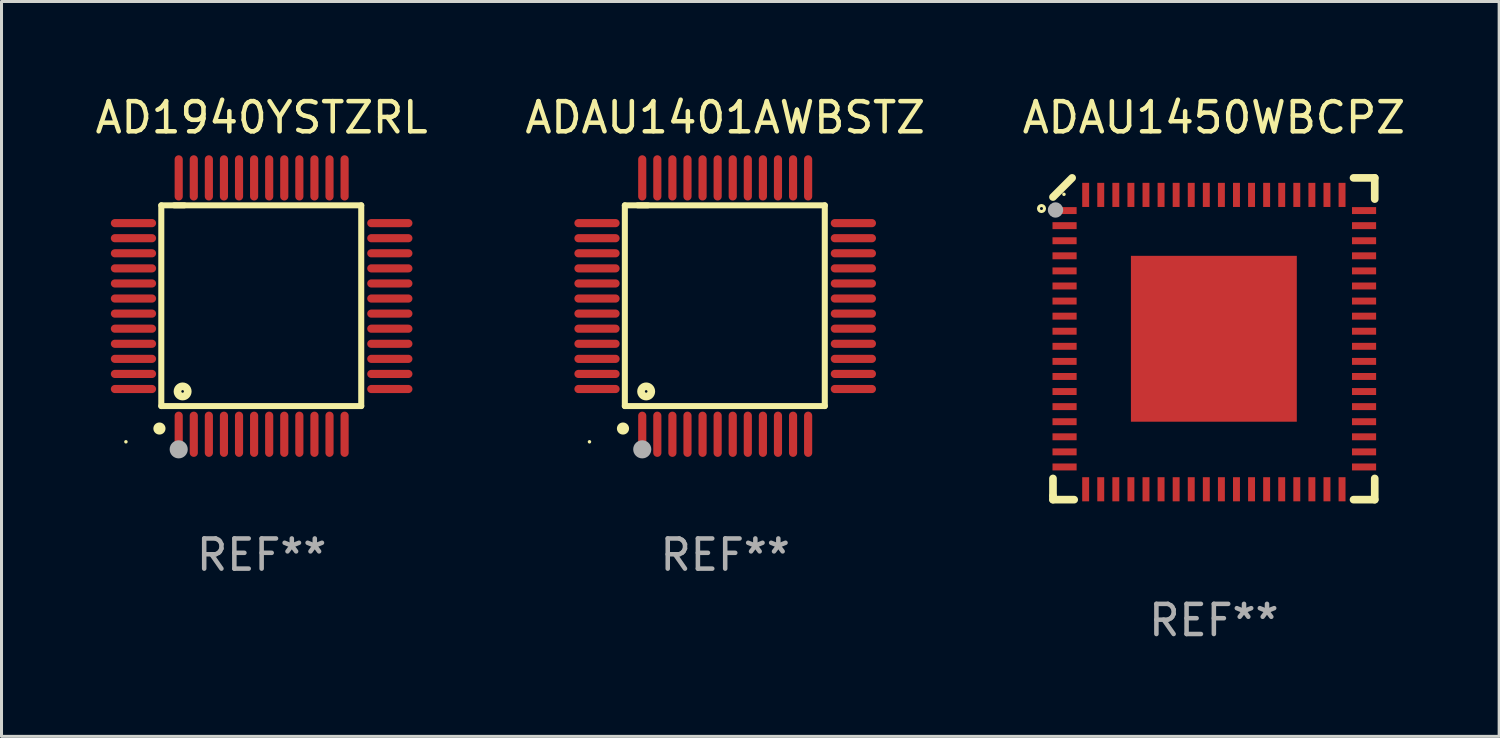
<source format=kicad_pcb>
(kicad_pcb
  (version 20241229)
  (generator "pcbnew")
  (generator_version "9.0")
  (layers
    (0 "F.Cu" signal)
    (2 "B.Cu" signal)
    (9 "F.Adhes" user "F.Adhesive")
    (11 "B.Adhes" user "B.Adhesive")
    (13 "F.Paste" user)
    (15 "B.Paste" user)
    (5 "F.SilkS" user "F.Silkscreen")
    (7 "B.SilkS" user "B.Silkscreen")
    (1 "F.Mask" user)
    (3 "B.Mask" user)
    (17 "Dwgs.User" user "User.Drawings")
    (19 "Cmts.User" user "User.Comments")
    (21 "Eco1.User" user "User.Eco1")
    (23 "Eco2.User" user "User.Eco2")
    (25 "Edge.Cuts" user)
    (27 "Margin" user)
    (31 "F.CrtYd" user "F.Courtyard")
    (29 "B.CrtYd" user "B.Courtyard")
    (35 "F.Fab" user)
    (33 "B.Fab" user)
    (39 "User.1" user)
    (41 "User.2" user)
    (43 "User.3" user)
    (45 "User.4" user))
  (footprint "ADAU1450WBCPZ"
    (layer "F.Cu")
    (at 37.196 8.182)
    (property "Reference" "ADAU1450WBCPZ" (at 0 -7.334 0) (layer "F.SilkS") (effects (font (size 1 1) (thickness 0.15))))
    (attr through_hole)
    (fp_line (start -5.334 4.631) (end -5.334 5.207) (stroke (width 0.254) (type solid)) (layer "F.SilkS"))
    (fp_line (start -5.334 5.207) (end -5.334 5.334) (stroke (width 0.254) (type solid)) (layer "F.SilkS"))
    (fp_line (start -5.334 5.334) (end -4.631 5.334) (stroke (width 0.254) (type solid)) (layer "F.SilkS"))
    (fp_line (start -4.699 -5.334) (end -5.334 -4.699) (stroke (width 0.254) (type solid)) (layer "F.SilkS"))
    (fp_line (start 4.631 -5.334) (end 5.334 -5.334) (stroke (width 0.254) (type solid)) (layer "F.SilkS"))
    (fp_line (start 4.631 5.334) (end 5.334 5.334) (stroke (width 0.254) (type solid)) (layer "F.SilkS"))
    (fp_line (start 5.334 -5.334) (end 5.334 -4.631) (stroke (width 0.254) (type solid)) (layer "F.SilkS"))
    (fp_line (start 5.334 5.334) (end 5.334 4.631) (stroke (width 0.254) (type solid)) (layer "F.SilkS"))
    (fp_circle (center -5.715 -4.318) (end -5.615 -4.318) (stroke (width 0.1) (type solid)) (fill no) (layer "F.SilkS"))
    (fp_circle (center -4.97 -4.79) (end -4.94 -4.79) (stroke (width 0.06) (type solid)) (fill no) (layer "F.SilkS"))
    (fp_circle (center -5.25 -4.27) (end -5.123 -4.27) (stroke (width 0.254) (type solid)) (fill no) (layer "F.Fab"))
    (fp_text user "REF**" (at 0 9.334 0) (layer "F.Fab") (effects (font (size 1 1) (thickness 0.15))))
    (pad "1" smd rect (at -4.95 -4.25) (size 0.8 0.23) (layers "F.Cu" "F.Mask" "F.Paste"))
    (pad "2" smd rect (at -4.95 -3.75) (size 0.8 0.23) (layers "F.Cu" "F.Mask" "F.Paste"))
    (pad "3" smd rect (at -4.95 -3.25) (size 0.8 0.23) (layers "F.Cu" "F.Mask" "F.Paste"))
    (pad "4" smd rect (at -4.95 -2.75) (size 0.8 0.23) (layers "F.Cu" "F.Mask" "F.Paste"))
    (pad "5" smd rect (at -4.95 -2.25) (size 0.8 0.23) (layers "F.Cu" "F.Mask" "F.Paste"))
    (pad "6" smd rect (at -4.95 -1.75) (size 0.8 0.23) (layers "F.Cu" "F.Mask" "F.Paste"))
    (pad "7" smd rect (at -4.95 -1.25) (size 0.8 0.23) (layers "F.Cu" "F.Mask" "F.Paste"))
    (pad "8" smd rect (at -4.95 -0.75) (size 0.8 0.23) (layers "F.Cu" "F.Mask" "F.Paste"))
    (pad "9" smd rect (at -4.95 -0.25) (size 0.8 0.23) (layers "F.Cu" "F.Mask" "F.Paste"))
    (pad "10" smd rect (at -4.95 0.25) (size 0.8 0.23) (layers "F.Cu" "F.Mask" "F.Paste"))
    (pad "11" smd rect (at -4.95 0.75) (size 0.8 0.23) (layers "F.Cu" "F.Mask" "F.Paste"))
    (pad "12" smd rect (at -4.95 1.25) (size 0.8 0.23) (layers "F.Cu" "F.Mask" "F.Paste"))
    (pad "13" smd rect (at -4.95 1.75) (size 0.8 0.23) (layers "F.Cu" "F.Mask" "F.Paste"))
    (pad "14" smd rect (at -4.95 2.25) (size 0.8 0.23) (layers "F.Cu" "F.Mask" "F.Paste"))
    (pad "15" smd rect (at -4.95 2.75) (size 0.8 0.23) (layers "F.Cu" "F.Mask" "F.Paste"))
    (pad "16" smd rect (at -4.95 3.25) (size 0.8 0.23) (layers "F.Cu" "F.Mask" "F.Paste"))
    (pad "17" smd rect (at -4.95 3.75) (size 0.8 0.23) (layers "F.Cu" "F.Mask" "F.Paste"))
    (pad "18" smd rect (at -4.95 4.25) (size 0.8 0.23) (layers "F.Cu" "F.Mask" "F.Paste"))
    (pad "19" smd rect (at -4.25 4.99 90) (size 0.8 0.23) (layers "F.Cu" "F.Mask" "F.Paste"))
    (pad "20" smd rect (at -3.75 4.99 90) (size 0.8 0.23) (layers "F.Cu" "F.Mask" "F.Paste"))
    (pad "21" smd rect (at -3.25 4.99 90) (size 0.8 0.23) (layers "F.Cu" "F.Mask" "F.Paste"))
    (pad "22" smd rect (at -2.75 4.99 90) (size 0.8 0.23) (layers "F.Cu" "F.Mask" "F.Paste"))
    (pad "23" smd rect (at -2.25 4.99 90) (size 0.8 0.23) (layers "F.Cu" "F.Mask" "F.Paste"))
    (pad "24" smd rect (at -1.75 4.99 90) (size 0.8 0.23) (layers "F.Cu" "F.Mask" "F.Paste"))
    (pad "25" smd rect (at -1.25 4.99 90) (size 0.8 0.23) (layers "F.Cu" "F.Mask" "F.Paste"))
    (pad "26" smd rect (at -0.75 4.99 90) (size 0.8 0.23) (layers "F.Cu" "F.Mask" "F.Paste"))
    (pad "27" smd rect (at -0.25 4.99 90) (size 0.8 0.23) (layers "F.Cu" "F.Mask" "F.Paste"))
    (pad "28" smd rect (at 0.25 4.99 90) (size 0.8 0.23) (layers "F.Cu" "F.Mask" "F.Paste"))
    (pad "29" smd rect (at 0.75 4.99 90) (size 0.8 0.23) (layers "F.Cu" "F.Mask" "F.Paste"))
    (pad "30" smd rect (at 1.25 4.99 90) (size 0.8 0.23) (layers "F.Cu" "F.Mask" "F.Paste"))
    (pad "31" smd rect (at 1.75 4.99 90) (size 0.8 0.23) (layers "F.Cu" "F.Mask" "F.Paste"))
    (pad "32" smd rect (at 2.25 4.99 90) (size 0.8 0.23) (layers "F.Cu" "F.Mask" "F.Paste"))
    (pad "33" smd rect (at 2.75 4.99 90) (size 0.8 0.23) (layers "F.Cu" "F.Mask" "F.Paste"))
    (pad "34" smd rect (at 3.25 4.99 90) (size 0.8 0.23) (layers "F.Cu" "F.Mask" "F.Paste"))
    (pad "35" smd rect (at 3.75 4.99 90) (size 0.8 0.23) (layers "F.Cu" "F.Mask" "F.Paste"))
    (pad "36" smd rect (at 4.25 4.99 90) (size 0.8 0.23) (layers "F.Cu" "F.Mask" "F.Paste"))
    (pad "37" smd rect (at 4.98 4.25 180) (size 0.8 0.23) (layers "F.Cu" "F.Mask" "F.Paste"))
    (pad "38" smd rect (at 4.98 3.75 180) (size 0.8 0.23) (layers "F.Cu" "F.Mask" "F.Paste"))
    (pad "39" smd rect (at 4.98 3.25 180) (size 0.8 0.23) (layers "F.Cu" "F.Mask" "F.Paste"))
    (pad "40" smd rect (at 4.98 2.75 180) (size 0.8 0.23) (layers "F.Cu" "F.Mask" "F.Paste"))
    (pad "41" smd rect (at 4.98 2.25 180) (size 0.8 0.23) (layers "F.Cu" "F.Mask" "F.Paste"))
    (pad "42" smd rect (at 4.98 1.75 180) (size 0.8 0.23) (layers "F.Cu" "F.Mask" "F.Paste"))
    (pad "43" smd rect (at 4.98 1.25 180) (size 0.8 0.23) (layers "F.Cu" "F.Mask" "F.Paste"))
    (pad "44" smd rect (at 4.98 0.75 180) (size 0.8 0.23) (layers "F.Cu" "F.Mask" "F.Paste"))
    (pad "45" smd rect (at 4.98 0.25 180) (size 0.8 0.23) (layers "F.Cu" "F.Mask" "F.Paste"))
    (pad "46" smd rect (at 4.98 -0.25 180) (size 0.8 0.23) (layers "F.Cu" "F.Mask" "F.Paste"))
    (pad "47" smd rect (at 4.98 -0.75 180) (size 0.8 0.23) (layers "F.Cu" "F.Mask" "F.Paste"))
    (pad "48" smd rect (at 4.98 -1.25 180) (size 0.8 0.23) (layers "F.Cu" "F.Mask" "F.Paste"))
    (pad "49" smd rect (at 4.98 -1.75 180) (size 0.8 0.23) (layers "F.Cu" "F.Mask" "F.Paste"))
    (pad "50" smd rect (at 4.98 -2.25 180) (size 0.8 0.23) (layers "F.Cu" "F.Mask" "F.Paste"))
    (pad "51" smd rect (at 4.98 -2.75 180) (size 0.8 0.23) (layers "F.Cu" "F.Mask" "F.Paste"))
    (pad "52" smd rect (at 4.98 -3.25 180) (size 0.8 0.23) (layers "F.Cu" "F.Mask" "F.Paste"))
    (pad "53" smd rect (at 4.98 -3.75 180) (size 0.8 0.23) (layers "F.Cu" "F.Mask" "F.Paste"))
    (pad "54" smd rect (at 4.98 -4.25 180) (size 0.8 0.23) (layers "F.Cu" "F.Mask" "F.Paste"))
    (pad "55" smd rect (at 4.25 -4.77 270) (size 0.8 0.23) (layers "F.Cu" "F.Mask" "F.Paste"))
    (pad "56" smd rect (at 3.75 -4.77 270) (size 0.8 0.23) (layers "F.Cu" "F.Mask" "F.Paste"))
    (pad "57" smd rect (at 3.25 -4.77 270) (size 0.8 0.23) (layers "F.Cu" "F.Mask" "F.Paste"))
    (pad "58" smd rect (at 2.75 -4.77 270) (size 0.8 0.23) (layers "F.Cu" "F.Mask" "F.Paste"))
    (pad "59" smd rect (at 2.25 -4.77 270) (size 0.8 0.23) (layers "F.Cu" "F.Mask" "F.Paste"))
    (pad "60" smd rect (at 1.75 -4.77 270) (size 0.8 0.23) (layers "F.Cu" "F.Mask" "F.Paste"))
    (pad "61" smd rect (at 1.25 -4.77 270) (size 0.8 0.23) (layers "F.Cu" "F.Mask" "F.Paste"))
    (pad "62" smd rect (at 0.75 -4.77 270) (size 0.8 0.23) (layers "F.Cu" "F.Mask" "F.Paste"))
    (pad "63" smd rect (at 0.25 -4.77 270) (size 0.8 0.23) (layers "F.Cu" "F.Mask" "F.Paste"))
    (pad "64" smd rect (at -0.25 -4.77 270) (size 0.8 0.23) (layers "F.Cu" "F.Mask" "F.Paste"))
    (pad "65" smd rect (at -0.75 -4.77 270) (size 0.8 0.23) (layers "F.Cu" "F.Mask" "F.Paste"))
    (pad "66" smd rect (at -1.25 -4.77 270) (size 0.8 0.23) (layers "F.Cu" "F.Mask" "F.Paste"))
    (pad "67" smd rect (at -1.75 -4.77 270) (size 0.8 0.23) (layers "F.Cu" "F.Mask" "F.Paste"))
    (pad "68" smd rect (at -2.25 -4.77 270) (size 0.8 0.23) (layers "F.Cu" "F.Mask" "F.Paste"))
    (pad "69" smd rect (at -2.75 -4.77 270) (size 0.8 0.23) (layers "F.Cu" "F.Mask" "F.Paste"))
    (pad "70" smd rect (at -3.25 -4.77 270) (size 0.8 0.23) (layers "F.Cu" "F.Mask" "F.Paste"))
    (pad "71" smd rect (at -3.75 -4.77 270) (size 0.8 0.23) (layers "F.Cu" "F.Mask" "F.Paste"))
    (pad "72" smd rect (at -4.25 -4.77 270) (size 0.8 0.23) (layers "F.Cu" "F.Mask" "F.Paste"))
    (pad "73" smd rect (at 0.000152 -0.000025 90) (size 5.5 5.5) (layers "F.Cu" "F.Mask" "F.Paste")))
  (footprint "AD1940YSTZRL"
    (layer "F.Cu")
    (at 5.625 7.098)
    (property "Reference" "AD1940YSTZRL" (at 0 -6.25 0) (layer "F.SilkS") (effects (font (size 1 1) (thickness 0.15))))
    (attr through_hole)
    (fp_line (start -3.327 -3.34) (end -2.565 -3.34) (stroke (width 0.2) (type solid)) (layer "F.SilkS"))
    (fp_line (start -3.327 3.315) (end -3.327 -3.34) (stroke (width 0.2) (type solid)) (layer "F.SilkS"))
    (fp_line (start -2.896 -3.34) (end 3.302 -3.34) (stroke (width 0.2) (type solid)) (layer "F.SilkS"))
    (fp_line (start 3.302 -3.34) (end 3.302 3.315) (stroke (width 0.2) (type solid)) (layer "F.SilkS"))
    (fp_line (start 3.302 3.315) (end -3.327 3.315) (stroke (width 0.2) (type solid)) (layer "F.SilkS"))
    (fp_arc (start -3.389992 4.059995) (mid -3.388722 4.059991) (end -3.387452 4.059995) (stroke (width 0.4) (type solid)) (layer "F.SilkS"))
    (fp_circle (center -4.5 4.5) (end -4.47 4.5) (stroke (width 0.06) (type solid)) (fill no) (layer "F.SilkS"))
    (fp_circle (center -2.62 2.83) (end -2.45 2.83) (stroke (width 0.254) (type solid)) (fill no) (layer "F.SilkS"))
    (fp_circle (center -2.75 4.75) (end -2.6 4.75) (stroke (width 0.3) (type solid)) (fill no) (layer "F.Fab"))
    (fp_text user "REF**" (at 0 8.25 0) (layer "F.Fab") (effects (font (size 1 1) (thickness 0.15))))
    (pad "1" smd oval (at -2.75 4.25) (size 0.27 1.5) (layers "F.Cu" "F.Mask" "F.Paste"))
    (pad "2" smd oval (at -2.25 4.25) (size 0.27 1.5) (layers "F.Cu" "F.Mask" "F.Paste"))
    (pad "3" smd oval (at -1.75 4.25) (size 0.27 1.5) (layers "F.Cu" "F.Mask" "F.Paste"))
    (pad "4" smd oval (at -1.25 4.25) (size 0.27 1.5) (layers "F.Cu" "F.Mask" "F.Paste"))
    (pad "5" smd oval (at -0.75 4.25) (size 0.27 1.5) (layers "F.Cu" "F.Mask" "F.Paste"))
    (pad "6" smd oval (at -0.25 4.25) (size 0.27 1.5) (layers "F.Cu" "F.Mask" "F.Paste"))
    (pad "7" smd oval (at 0.25 4.25) (size 0.27 1.5) (layers "F.Cu" "F.Mask" "F.Paste"))
    (pad "8" smd oval (at 0.75 4.25) (size 0.27 1.5) (layers "F.Cu" "F.Mask" "F.Paste"))
    (pad "9" smd oval (at 1.25 4.25) (size 0.27 1.5) (layers "F.Cu" "F.Mask" "F.Paste"))
    (pad "10" smd oval (at 1.75 4.25) (size 0.27 1.5) (layers "F.Cu" "F.Mask" "F.Paste"))
    (pad "11" smd oval (at 2.25 4.25) (size 0.27 1.5) (layers "F.Cu" "F.Mask" "F.Paste"))
    (pad "12" smd oval (at 2.75 4.25) (size 0.27 1.5) (layers "F.Cu" "F.Mask" "F.Paste"))
    (pad "13" smd oval (at 4.25 2.75) (size 1.5 0.27) (layers "F.Cu" "F.Mask" "F.Paste"))
    (pad "14" smd oval (at 4.25 2.25) (size 1.5 0.27) (layers "F.Cu" "F.Mask" "F.Paste"))
    (pad "15" smd oval (at 4.25 1.75) (size 1.5 0.27) (layers "F.Cu" "F.Mask" "F.Paste"))
    (pad "16" smd oval (at 4.25 1.25) (size 1.5 0.27) (layers "F.Cu" "F.Mask" "F.Paste"))
    (pad "17" smd oval (at 4.25 0.75) (size 1.5 0.27) (layers "F.Cu" "F.Mask" "F.Paste"))
    (pad "18" smd oval (at 4.25 0.25) (size 1.5 0.27) (layers "F.Cu" "F.Mask" "F.Paste"))
    (pad "19" smd oval (at 4.25 -0.25) (size 1.5 0.27) (layers "F.Cu" "F.Mask" "F.Paste"))
    (pad "20" smd oval (at 4.25 -0.75) (size 1.5 0.27) (layers "F.Cu" "F.Mask" "F.Paste"))
    (pad "21" smd oval (at 4.25 -1.25) (size 1.5 0.27) (layers "F.Cu" "F.Mask" "F.Paste"))
    (pad "22" smd oval (at 4.25 -1.75) (size 1.5 0.27) (layers "F.Cu" "F.Mask" "F.Paste"))
    (pad "23" smd oval (at 4.25 -2.25) (size 1.5 0.27) (layers "F.Cu" "F.Mask" "F.Paste"))
    (pad "24" smd oval (at 4.25 -2.75) (size 1.5 0.27) (layers "F.Cu" "F.Mask" "F.Paste"))
    (pad "25" smd oval (at 2.75 -4.25) (size 0.27 1.5) (layers "F.Cu" "F.Mask" "F.Paste"))
    (pad "26" smd oval (at 2.25 -4.25) (size 0.27 1.5) (layers "F.Cu" "F.Mask" "F.Paste"))
    (pad "27" smd oval (at 1.75 -4.25) (size 0.27 1.5) (layers "F.Cu" "F.Mask" "F.Paste"))
    (pad "28" smd oval (at 1.25 -4.25) (size 0.27 1.5) (layers "F.Cu" "F.Mask" "F.Paste"))
    (pad "29" smd oval (at 0.75 -4.25) (size 0.27 1.5) (layers "F.Cu" "F.Mask" "F.Paste"))
    (pad "30" smd oval (at 0.25 -4.25) (size 0.27 1.5) (layers "F.Cu" "F.Mask" "F.Paste"))
    (pad "31" smd oval (at -0.25 -4.25) (size 0.27 1.5) (layers "F.Cu" "F.Mask" "F.Paste"))
    (pad "32" smd oval (at -0.75 -4.25) (size 0.27 1.5) (layers "F.Cu" "F.Mask" "F.Paste"))
    (pad "33" smd oval (at -1.25 -4.25) (size 0.27 1.5) (layers "F.Cu" "F.Mask" "F.Paste"))
    (pad "34" smd oval (at -1.75 -4.25) (size 0.27 1.5) (layers "F.Cu" "F.Mask" "F.Paste"))
    (pad "35" smd oval (at -2.25 -4.25) (size 0.27 1.5) (layers "F.Cu" "F.Mask" "F.Paste"))
    (pad "36" smd oval (at -2.75 -4.25) (size 0.27 1.5) (layers "F.Cu" "F.Mask" "F.Paste"))
    (pad "37" smd oval (at -4.25 -2.75) (size 1.5 0.27) (layers "F.Cu" "F.Mask" "F.Paste"))
    (pad "38" smd oval (at -4.25 -2.25) (size 1.5 0.27) (layers "F.Cu" "F.Mask" "F.Paste"))
    (pad "39" smd oval (at -4.25 -1.75) (size 1.5 0.27) (layers "F.Cu" "F.Mask" "F.Paste"))
    (pad "40" smd oval (at -4.25 -1.25) (size 1.5 0.27) (layers "F.Cu" "F.Mask" "F.Paste"))
    (pad "41" smd oval (at -4.25 -0.75) (size 1.5 0.27) (layers "F.Cu" "F.Mask" "F.Paste"))
    (pad "42" smd oval (at -4.25 -0.25) (size 1.5 0.27) (layers "F.Cu" "F.Mask" "F.Paste"))
    (pad "43" smd oval (at -4.25 0.25) (size 1.5 0.27) (layers "F.Cu" "F.Mask" "F.Paste"))
    (pad "44" smd oval (at -4.25 0.75) (size 1.5 0.27) (layers "F.Cu" "F.Mask" "F.Paste"))
    (pad "45" smd oval (at -4.25 1.25) (size 1.5 0.27) (layers "F.Cu" "F.Mask" "F.Paste"))
    (pad "46" smd oval (at -4.25 1.75) (size 1.5 0.27) (layers "F.Cu" "F.Mask" "F.Paste"))
    (pad "47" smd oval (at -4.25 2.25) (size 1.5 0.27) (layers "F.Cu" "F.Mask" "F.Paste"))
    (pad "48" smd oval (at -4.25 2.75) (size 1.5 0.27) (layers "F.Cu" "F.Mask" "F.Paste")))
  (footprint "ADAU1401AWBSTZ"
    (layer "F.Cu")
    (at 20.994 7.098)
    (property "Reference" "ADAU1401AWBSTZ" (at 0 -6.25 0) (layer "F.SilkS") (effects (font (size 1 1) (thickness 0.15))))
    (attr through_hole)
    (fp_line (start -3.327 -3.34) (end -2.565 -3.34) (stroke (width 0.2) (type solid)) (layer "F.SilkS"))
    (fp_line (start -3.327 3.315) (end -3.327 -3.34) (stroke (width 0.2) (type solid)) (layer "F.SilkS"))
    (fp_line (start -2.896 -3.34) (end 3.302 -3.34) (stroke (width 0.2) (type solid)) (layer "F.SilkS"))
    (fp_line (start 3.302 -3.34) (end 3.302 3.315) (stroke (width 0.2) (type solid)) (layer "F.SilkS"))
    (fp_line (start 3.302 3.315) (end -3.327 3.315) (stroke (width 0.2) (type solid)) (layer "F.SilkS"))
    (fp_arc (start -3.389992 4.059995) (mid -3.388722 4.059991) (end -3.387452 4.059995) (stroke (width 0.4) (type solid)) (layer "F.SilkS"))
    (fp_circle (center -4.5 4.5) (end -4.47 4.5) (stroke (width 0.06) (type solid)) (fill no) (layer "F.SilkS"))
    (fp_circle (center -2.62 2.83) (end -2.45 2.83) (stroke (width 0.254) (type solid)) (fill no) (layer "F.SilkS"))
    (fp_circle (center -2.75 4.75) (end -2.6 4.75) (stroke (width 0.3) (type solid)) (fill no) (layer "F.Fab"))
    (fp_text user "REF**" (at 0 8.25 0) (layer "F.Fab") (effects (font (size 1 1) (thickness 0.15))))
    (pad "1" smd oval (at -2.75 4.25) (size 0.27 1.5) (layers "F.Cu" "F.Mask" "F.Paste"))
    (pad "2" smd oval (at -2.25 4.25) (size 0.27 1.5) (layers "F.Cu" "F.Mask" "F.Paste"))
    (pad "3" smd oval (at -1.75 4.25) (size 0.27 1.5) (layers "F.Cu" "F.Mask" "F.Paste"))
    (pad "4" smd oval (at -1.25 4.25) (size 0.27 1.5) (layers "F.Cu" "F.Mask" "F.Paste"))
    (pad "5" smd oval (at -0.75 4.25) (size 0.27 1.5) (layers "F.Cu" "F.Mask" "F.Paste"))
    (pad "6" smd oval (at -0.25 4.25) (size 0.27 1.5) (layers "F.Cu" "F.Mask" "F.Paste"))
    (pad "7" smd oval (at 0.25 4.25) (size 0.27 1.5) (layers "F.Cu" "F.Mask" "F.Paste"))
    (pad "8" smd oval (at 0.75 4.25) (size 0.27 1.5) (layers "F.Cu" "F.Mask" "F.Paste"))
    (pad "9" smd oval (at 1.25 4.25) (size 0.27 1.5) (layers "F.Cu" "F.Mask" "F.Paste"))
    (pad "10" smd oval (at 1.75 4.25) (size 0.27 1.5) (layers "F.Cu" "F.Mask" "F.Paste"))
    (pad "11" smd oval (at 2.25 4.25) (size 0.27 1.5) (layers "F.Cu" "F.Mask" "F.Paste"))
    (pad "12" smd oval (at 2.75 4.25) (size 0.27 1.5) (layers "F.Cu" "F.Mask" "F.Paste"))
    (pad "13" smd oval (at 4.25 2.75) (size 1.5 0.27) (layers "F.Cu" "F.Mask" "F.Paste"))
    (pad "14" smd oval (at 4.25 2.25) (size 1.5 0.27) (layers "F.Cu" "F.Mask" "F.Paste"))
    (pad "15" smd oval (at 4.25 1.75) (size 1.5 0.27) (layers "F.Cu" "F.Mask" "F.Paste"))
    (pad "16" smd oval (at 4.25 1.25) (size 1.5 0.27) (layers "F.Cu" "F.Mask" "F.Paste"))
    (pad "17" smd oval (at 4.25 0.75) (size 1.5 0.27) (layers "F.Cu" "F.Mask" "F.Paste"))
    (pad "18" smd oval (at 4.25 0.25) (size 1.5 0.27) (layers "F.Cu" "F.Mask" "F.Paste"))
    (pad "19" smd oval (at 4.25 -0.25) (size 1.5 0.27) (layers "F.Cu" "F.Mask" "F.Paste"))
    (pad "20" smd oval (at 4.25 -0.75) (size 1.5 0.27) (layers "F.Cu" "F.Mask" "F.Paste"))
    (pad "21" smd oval (at 4.25 -1.25) (size 1.5 0.27) (layers "F.Cu" "F.Mask" "F.Paste"))
    (pad "22" smd oval (at 4.25 -1.75) (size 1.5 0.27) (layers "F.Cu" "F.Mask" "F.Paste"))
    (pad "23" smd oval (at 4.25 -2.25) (size 1.5 0.27) (layers "F.Cu" "F.Mask" "F.Paste"))
    (pad "24" smd oval (at 4.25 -2.75) (size 1.5 0.27) (layers "F.Cu" "F.Mask" "F.Paste"))
    (pad "25" smd oval (at 2.75 -4.25) (size 0.27 1.5) (layers "F.Cu" "F.Mask" "F.Paste"))
    (pad "26" smd oval (at 2.25 -4.25) (size 0.27 1.5) (layers "F.Cu" "F.Mask" "F.Paste"))
    (pad "27" smd oval (at 1.75 -4.25) (size 0.27 1.5) (layers "F.Cu" "F.Mask" "F.Paste"))
    (pad "28" smd oval (at 1.25 -4.25) (size 0.27 1.5) (layers "F.Cu" "F.Mask" "F.Paste"))
    (pad "29" smd oval (at 0.75 -4.25) (size 0.27 1.5) (layers "F.Cu" "F.Mask" "F.Paste"))
    (pad "30" smd oval (at 0.25 -4.25) (size 0.27 1.5) (layers "F.Cu" "F.Mask" "F.Paste"))
    (pad "31" smd oval (at -0.25 -4.25) (size 0.27 1.5) (layers "F.Cu" "F.Mask" "F.Paste"))
    (pad "32" smd oval (at -0.75 -4.25) (size 0.27 1.5) (layers "F.Cu" "F.Mask" "F.Paste"))
    (pad "33" smd oval (at -1.25 -4.25) (size 0.27 1.5) (layers "F.Cu" "F.Mask" "F.Paste"))
    (pad "34" smd oval (at -1.75 -4.25) (size 0.27 1.5) (layers "F.Cu" "F.Mask" "F.Paste"))
    (pad "35" smd oval (at -2.25 -4.25) (size 0.27 1.5) (layers "F.Cu" "F.Mask" "F.Paste"))
    (pad "36" smd oval (at -2.75 -4.25) (size 0.27 1.5) (layers "F.Cu" "F.Mask" "F.Paste"))
    (pad "37" smd oval (at -4.25 -2.75) (size 1.5 0.27) (layers "F.Cu" "F.Mask" "F.Paste"))
    (pad "38" smd oval (at -4.25 -2.25) (size 1.5 0.27) (layers "F.Cu" "F.Mask" "F.Paste"))
    (pad "39" smd oval (at -4.25 -1.75) (size 1.5 0.27) (layers "F.Cu" "F.Mask" "F.Paste"))
    (pad "40" smd oval (at -4.25 -1.25) (size 1.5 0.27) (layers "F.Cu" "F.Mask" "F.Paste"))
    (pad "41" smd oval (at -4.25 -0.75) (size 1.5 0.27) (layers "F.Cu" "F.Mask" "F.Paste"))
    (pad "42" smd oval (at -4.25 -0.25) (size 1.5 0.27) (layers "F.Cu" "F.Mask" "F.Paste"))
    (pad "43" smd oval (at -4.25 0.25) (size 1.5 0.27) (layers "F.Cu" "F.Mask" "F.Paste"))
    (pad "44" smd oval (at -4.25 0.75) (size 1.5 0.27) (layers "F.Cu" "F.Mask" "F.Paste"))
    (pad "45" smd oval (at -4.25 1.25) (size 1.5 0.27) (layers "F.Cu" "F.Mask" "F.Paste"))
    (pad "46" smd oval (at -4.25 1.75) (size 1.5 0.27) (layers "F.Cu" "F.Mask" "F.Paste"))
    (pad "47" smd oval (at -4.25 2.25) (size 1.5 0.27) (layers "F.Cu" "F.Mask" "F.Paste"))
    (pad "48" smd oval (at -4.25 2.75) (size 1.5 0.27) (layers "F.Cu" "F.Mask" "F.Paste")))
  (gr_rect
    (start -3 -3)
    (end 46.655 21.365)
    (stroke (width 0.1) (type default))
    (fill no)
    (layer "Edge.Cuts")))
</source>
